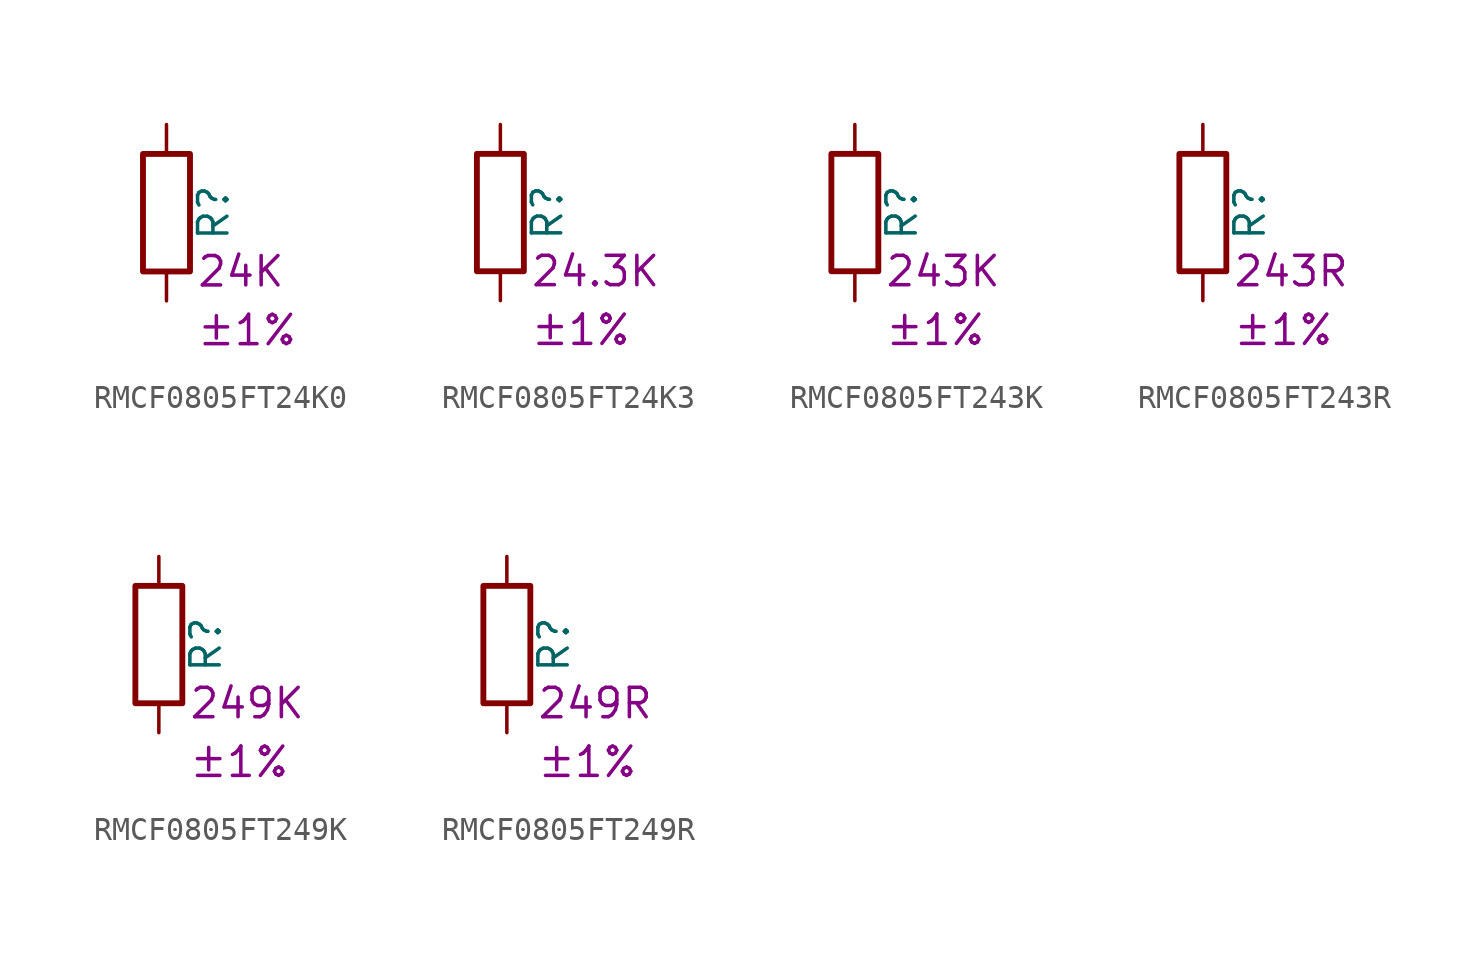
<source format=kicad_sym>
(kicad_symbol_lib
  (version 20220914)
  (generator kicad_symbol_editor)
  (symbol "RMCF0805FT24K0"
    (pin_numbers hide)
    (pin_names
      (offset 0))
    (property "Reference" "R"
      (at 2.032 0 90)
      (effects (font (size 1.27 1.27))))
    (property "Resistance" "24K"
      (at 1.27 -2.54 0)
      (effects (font (size 1.27 1.27)) (justify left)))
    (property "Tolerance" "±1%"
      (at 1.27 -5.08 0)
      (effects (font (size 1.27 1.27)) (justify left)))
    (symbol "RMCF0805FT24K0_0_1"
      (rectangle (start -1.016 -2.54) (end 1.016 2.54) (stroke (width 0.254) (type default)) (fill (type none))))
    (symbol "RMCF0805FT24K0_1_1"
      (pin passive line (at 0 3.81 270) (length 1.27) (name "~" (effects (font (size 1.27 1.27)))) (number "1" (effects (font (size 1.27 1.27)))))
      (pin passive line (at 0 -3.81 90) (length 1.27) (name "~" (effects (font (size 1.27 1.27)))) (number "2" (effects (font (size 1.27 1.27)))))))
  (symbol "RMCF0805FT24K3"
    (pin_numbers hide)
    (pin_names
      (offset 0))
    (property "Reference" "R"
      (at 2.032 0 90)
      (effects (font (size 1.27 1.27))))
    (property "Resistance" "24.3K"
      (at 1.27 -2.54 0)
      (effects (font (size 1.27 1.27)) (justify left)))
    (property "Tolerance" "±1%"
      (at 1.27 -5.08 0)
      (effects (font (size 1.27 1.27)) (justify left)))
    (symbol "RMCF0805FT24K3_0_1"
      (rectangle (start -1.016 -2.54) (end 1.016 2.54) (stroke (width 0.254) (type default)) (fill (type none))))
    (symbol "RMCF0805FT24K3_1_1"
      (pin passive line (at 0 3.81 270) (length 1.27) (name "~" (effects (font (size 1.27 1.27)))) (number "1" (effects (font (size 1.27 1.27)))))
      (pin passive line (at 0 -3.81 90) (length 1.27) (name "~" (effects (font (size 1.27 1.27)))) (number "2" (effects (font (size 1.27 1.27)))))))
  (symbol "RMCF0805FT243K"
    (pin_numbers hide)
    (pin_names
      (offset 0))
    (property "Reference" "R"
      (at 2.032 0 90)
      (effects (font (size 1.27 1.27))))
    (property "Resistance" "243K"
      (at 1.27 -2.54 0)
      (effects (font (size 1.27 1.27)) (justify left)))
    (property "Tolerance" "±1%"
      (at 1.27 -5.08 0)
      (effects (font (size 1.27 1.27)) (justify left)))
    (symbol "RMCF0805FT243K_0_1"
      (rectangle (start -1.016 -2.54) (end 1.016 2.54) (stroke (width 0.254) (type default)) (fill (type none))))
    (symbol "RMCF0805FT243K_1_1"
      (pin passive line (at 0 3.81 270) (length 1.27) (name "~" (effects (font (size 1.27 1.27)))) (number "1" (effects (font (size 1.27 1.27)))))
      (pin passive line (at 0 -3.81 90) (length 1.27) (name "~" (effects (font (size 1.27 1.27)))) (number "2" (effects (font (size 1.27 1.27)))))))
  (symbol "RMCF0805FT243R"
    (pin_numbers hide)
    (pin_names
      (offset 0))
    (property "Reference" "R"
      (at 2.032 0 90)
      (effects (font (size 1.27 1.27))))
    (property "Resistance" "243R"
      (at 1.27 -2.54 0)
      (effects (font (size 1.27 1.27)) (justify left)))
    (property "Tolerance" "±1%"
      (at 1.27 -5.08 0)
      (effects (font (size 1.27 1.27)) (justify left)))
    (symbol "RMCF0805FT243R_0_1"
      (rectangle (start -1.016 -2.54) (end 1.016 2.54) (stroke (width 0.254) (type default)) (fill (type none))))
    (symbol "RMCF0805FT243R_1_1"
      (pin passive line (at 0 3.81 270) (length 1.27) (name "~" (effects (font (size 1.27 1.27)))) (number "1" (effects (font (size 1.27 1.27)))))
      (pin passive line (at 0 -3.81 90) (length 1.27) (name "~" (effects (font (size 1.27 1.27)))) (number "2" (effects (font (size 1.27 1.27)))))))
  (symbol "RMCF0805FT249K"
    (pin_numbers hide)
    (pin_names
      (offset 0))
    (property "Reference" "R"
      (at 2.032 0 90)
      (effects (font (size 1.27 1.27))))
    (property "Resistance" "249K"
      (at 1.27 -2.54 0)
      (effects (font (size 1.27 1.27)) (justify left)))
    (property "Tolerance" "±1%"
      (at 1.27 -5.08 0)
      (effects (font (size 1.27 1.27)) (justify left)))
    (symbol "RMCF0805FT249K_0_1"
      (rectangle (start -1.016 -2.54) (end 1.016 2.54) (stroke (width 0.254) (type default)) (fill (type none))))
    (symbol "RMCF0805FT249K_1_1"
      (pin passive line (at 0 3.81 270) (length 1.27) (name "~" (effects (font (size 1.27 1.27)))) (number "1" (effects (font (size 1.27 1.27)))))
      (pin passive line (at 0 -3.81 90) (length 1.27) (name "~" (effects (font (size 1.27 1.27)))) (number "2" (effects (font (size 1.27 1.27)))))))
  (symbol "RMCF0805FT249R"
    (pin_numbers hide)
    (pin_names
      (offset 0))
    (property "Reference" "R"
      (at 2.032 0 90)
      (effects (font (size 1.27 1.27))))
    (property "Resistance" "249R"
      (at 1.27 -2.54 0)
      (effects (font (size 1.27 1.27)) (justify left)))
    (property "Tolerance" "±1%"
      (at 1.27 -5.08 0)
      (effects (font (size 1.27 1.27)) (justify left)))
    (symbol "RMCF0805FT249R_0_1"
      (rectangle (start -1.016 -2.54) (end 1.016 2.54) (stroke (width 0.254) (type default)) (fill (type none))))
    (symbol "RMCF0805FT249R_1_1"
      (pin passive line (at 0 3.81 270) (length 1.27) (name "~" (effects (font (size 1.27 1.27)))) (number "1" (effects (font (size 1.27 1.27)))))
      (pin passive line (at 0 -3.81 90) (length 1.27) (name "~" (effects (font (size 1.27 1.27)))) (number "2" (effects (font (size 1.27 1.27))))))))
</source>
